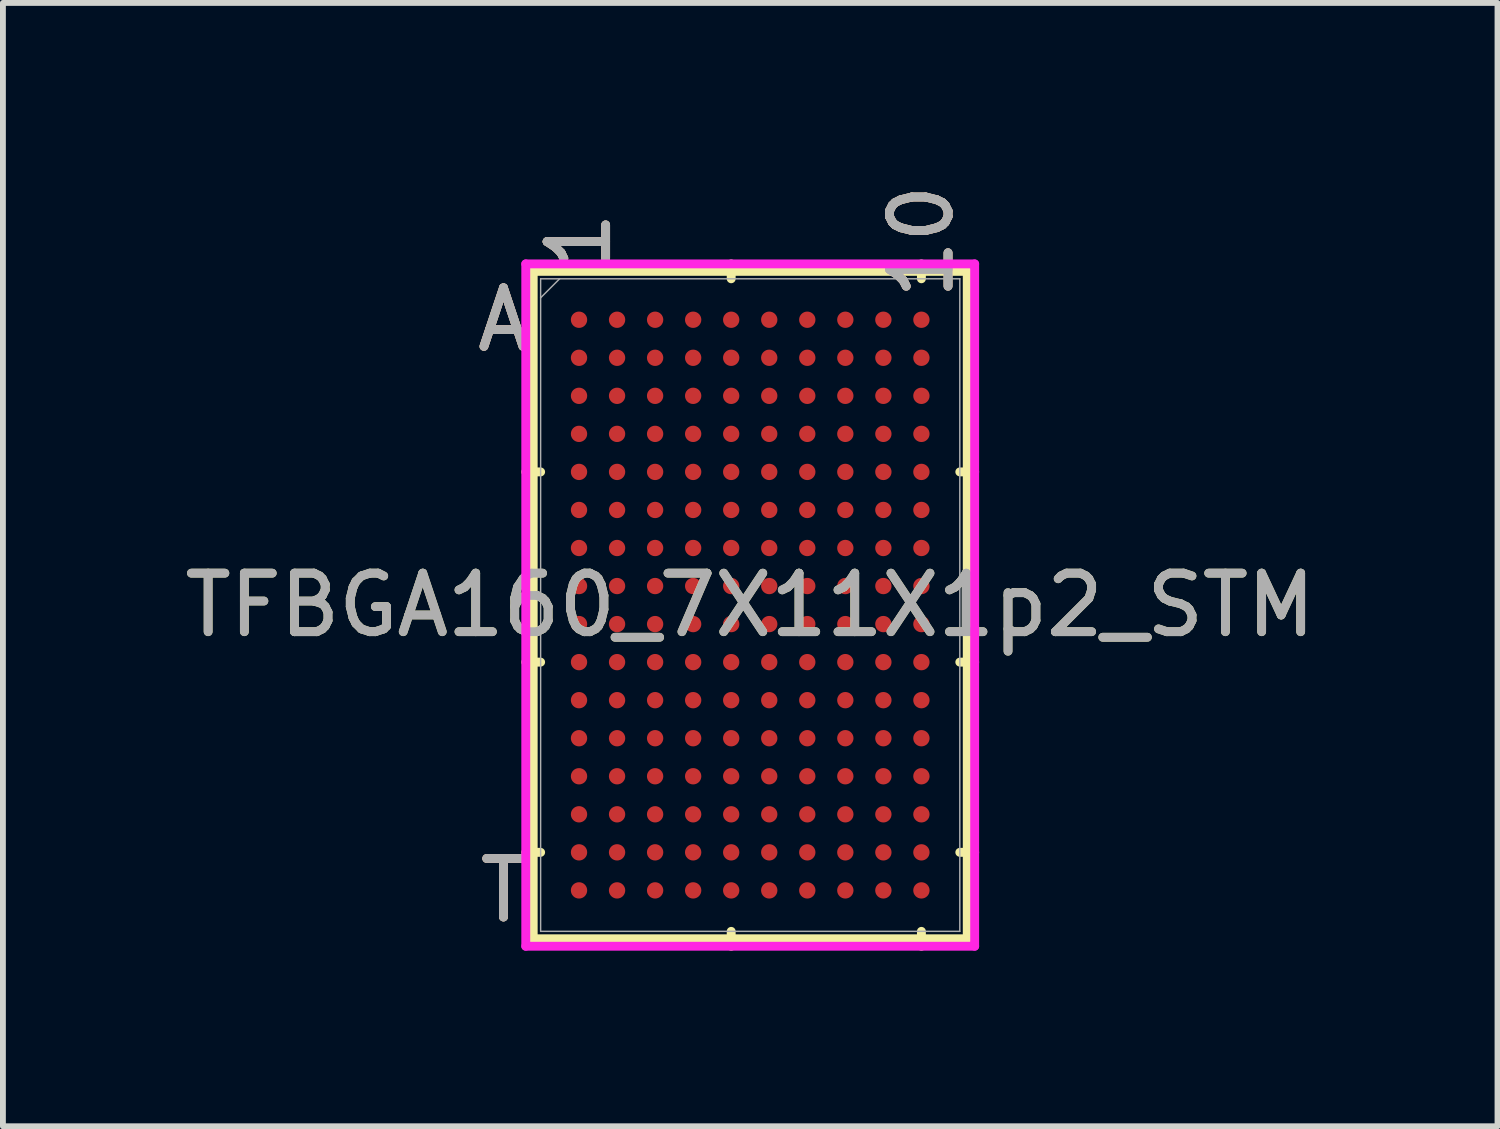
<source format=kicad_pcb>
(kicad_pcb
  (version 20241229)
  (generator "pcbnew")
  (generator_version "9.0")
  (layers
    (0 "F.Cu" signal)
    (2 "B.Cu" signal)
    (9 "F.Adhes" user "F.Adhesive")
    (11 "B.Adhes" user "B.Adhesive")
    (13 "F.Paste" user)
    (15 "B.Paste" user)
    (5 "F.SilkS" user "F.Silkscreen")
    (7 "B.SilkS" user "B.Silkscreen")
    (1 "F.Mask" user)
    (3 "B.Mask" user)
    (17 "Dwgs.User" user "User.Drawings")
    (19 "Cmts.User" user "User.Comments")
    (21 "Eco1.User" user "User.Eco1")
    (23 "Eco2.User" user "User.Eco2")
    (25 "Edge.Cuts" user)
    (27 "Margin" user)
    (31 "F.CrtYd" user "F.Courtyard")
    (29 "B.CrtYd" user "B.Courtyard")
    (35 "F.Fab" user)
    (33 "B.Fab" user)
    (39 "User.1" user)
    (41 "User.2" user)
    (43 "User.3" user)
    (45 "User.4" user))
  (footprint "TFBGA160_7X11X1p2_STM"
    (layer "F.Cu")
    (at 9.768 7.288)
    (property "Reference" "TFBGA160_7X11X1p2_STM" (at 0 0 0) (unlocked yes) (layer "F.SilkS") (effects (font (size 1 1) (thickness 0.15))))
    (attr smd)
    (fp_line (start -3.708 -5.702) (end -3.708 5.702) (stroke (width 0.152) (type solid)) (layer "F.SilkS"))
    (fp_line (start -3.708 5.702) (end 3.708 5.702) (stroke (width 0.152) (type solid)) (layer "F.SilkS"))
    (fp_line (start -3.581 -2.275) (end -3.835 -2.275) (stroke (width 0.152) (type solid)) (layer "F.SilkS"))
    (fp_line (start -3.581 0.975) (end -3.835 0.975) (stroke (width 0.152) (type solid)) (layer "F.SilkS"))
    (fp_line (start -3.581 4.225) (end -3.835 4.225) (stroke (width 0.152) (type solid)) (layer "F.SilkS"))
    (fp_line (start -0.325 -5.575) (end -0.325 -5.829) (stroke (width 0.152) (type solid)) (layer "F.SilkS"))
    (fp_line (start -0.325 5.575) (end -0.325 5.829) (stroke (width 0.152) (type solid)) (layer "F.SilkS"))
    (fp_line (start 2.925 -5.575) (end 2.925 -5.829) (stroke (width 0.152) (type solid)) (layer "F.SilkS"))
    (fp_line (start 2.925 5.575) (end 2.925 5.829) (stroke (width 0.152) (type solid)) (layer "F.SilkS"))
    (fp_line (start 3.581 -2.275) (end 3.835 -2.275) (stroke (width 0.152) (type solid)) (layer "F.SilkS"))
    (fp_line (start 3.581 0.975) (end 3.835 0.975) (stroke (width 0.152) (type solid)) (layer "F.SilkS"))
    (fp_line (start 3.581 4.225) (end 3.835 4.225) (stroke (width 0.152) (type solid)) (layer "F.SilkS"))
    (fp_line (start 3.708 -5.702) (end -3.708 -5.702) (stroke (width 0.152) (type solid)) (layer "F.SilkS"))
    (fp_line (start 3.708 5.702) (end 3.708 -5.702) (stroke (width 0.152) (type solid)) (layer "F.SilkS"))
    (fp_poly (pts (xy -3.695 -5.644) (xy 3.695 -5.644) (xy 3.695 5.644) (xy -3.695 5.644)) (stroke (width 0.1) (type solid)) (fill no) (layer "Eco2.User"))
    (fp_line (start -3.835 -5.829) (end 3.835 -5.829) (stroke (width 0.152) (type solid)) (layer "F.CrtYd"))
    (fp_line (start -3.835 5.829) (end -3.835 -5.829) (stroke (width 0.152) (type solid)) (layer "F.CrtYd"))
    (fp_line (start 3.835 -5.829) (end 3.835 5.829) (stroke (width 0.152) (type solid)) (layer "F.CrtYd"))
    (fp_line (start 3.835 5.829) (end -3.835 5.829) (stroke (width 0.152) (type solid)) (layer "F.CrtYd"))
    (fp_line (start -3.581 -5.575) (end -3.581 5.575) (stroke (width 0.025) (type solid)) (layer "F.Fab"))
    (fp_line (start -3.581 5.575) (end 3.581 5.575) (stroke (width 0.025) (type solid)) (layer "F.Fab"))
    (fp_line (start -3.256 -5.575) (end -3.581 -5.25) (stroke (width 0.025) (type solid)) (layer "F.Fab"))
    (fp_line (start 3.581 -5.575) (end -3.581 -5.575) (stroke (width 0.025) (type solid)) (layer "F.Fab"))
    (fp_line (start 3.581 5.575) (end 3.581 -5.575) (stroke (width 0.025) (type solid)) (layer "F.Fab"))
    (fp_text user "T" (at -4.216 4.875 0) (unlocked yes) (layer "F.SilkS") (effects (font (size 1 1) (thickness 0.15))))
    (fp_text user "1" (at -2.925 -6.21 90) (unlocked yes) (layer "F.SilkS") (effects (font (size 1 1) (thickness 0.15))))
    (fp_text user "A" (at -4.216 -4.875 0) (unlocked yes) (layer "F.SilkS") (effects (font (size 1 1) (thickness 0.15))))
    (fp_text user "10" (at 2.925 -6.21 90) (unlocked yes) (layer "F.SilkS") (effects (font (size 1 1) (thickness 0.15))))
    (fp_text user "1" (at -2.925 -6.21 90) (unlocked yes) (layer "B.SilkS") (effects (font (size 1 1) (thickness 0.15))))
    (fp_text user "A" (at -4.216 -4.875 0) (unlocked yes) (layer "B.SilkS") (effects (font (size 1 1) (thickness 0.15))))
    (fp_text user "T" (at -4.216 4.875 0) (unlocked yes) (layer "B.SilkS") (effects (font (size 1 1) (thickness 0.15))))
    (fp_text user "10" (at 2.925 -6.21 90) (unlocked yes) (layer "B.SilkS") (effects (font (size 1 1) (thickness 0.15))))
    (fp_text user "1" (at -2.925 -6.21 90) (unlocked yes) (layer "F.Fab") (effects (font (size 1 1) (thickness 0.15))))
    (fp_text user "T" (at -4.216 4.875 0) (unlocked yes) (layer "F.Fab") (effects (font (size 1 1) (thickness 0.15))))
    (fp_text user "10" (at 2.925 -6.21 90) (unlocked yes) (layer "F.Fab") (effects (font (size 1 1) (thickness 0.15))))
    (fp_text user "A" (at -4.216 -4.875 0) (unlocked yes) (layer "F.Fab") (effects (font (size 1 1) (thickness 0.15))))
    (fp_text user "${REFERENCE}" (at 0 0 0) (unlocked yes) (layer "F.Fab") (effects (font (size 1 1) (thickness 0.15))))
    (pad "A1" smd circle (at -2.925 -4.875) (size 0.279 0.279) (layers "F.Cu" "F.Mask" "F.Paste"))
    (pad "A2" smd circle (at -2.275 -4.875) (size 0.279 0.279) (layers "F.Cu" "F.Mask" "F.Paste"))
    (pad "A3" smd circle (at -1.625 -4.875) (size 0.279 0.279) (layers "F.Cu" "F.Mask" "F.Paste"))
    (pad "A4" smd circle (at -0.975 -4.875) (size 0.279 0.279) (layers "F.Cu" "F.Mask" "F.Paste"))
    (pad "A5" smd circle (at -0.325 -4.875) (size 0.279 0.279) (layers "F.Cu" "F.Mask" "F.Paste"))
    (pad "A6" smd circle (at 0.325 -4.875) (size 0.279 0.279) (layers "F.Cu" "F.Mask" "F.Paste"))
    (pad "A7" smd circle (at 0.975 -4.875) (size 0.279 0.279) (layers "F.Cu" "F.Mask" "F.Paste"))
    (pad "A8" smd circle (at 1.625 -4.875) (size 0.279 0.279) (layers "F.Cu" "F.Mask" "F.Paste"))
    (pad "A9" smd circle (at 2.275 -4.875) (size 0.279 0.279) (layers "F.Cu" "F.Mask" "F.Paste"))
    (pad "A10" smd circle (at 2.925 -4.875) (size 0.279 0.279) (layers "F.Cu" "F.Mask" "F.Paste"))
    (pad "B1" smd circle (at -2.925 -4.225) (size 0.279 0.279) (layers "F.Cu" "F.Mask" "F.Paste"))
    (pad "B2" smd circle (at -2.275 -4.225) (size 0.279 0.279) (layers "F.Cu" "F.Mask" "F.Paste"))
    (pad "B3" smd circle (at -1.625 -4.225) (size 0.279 0.279) (layers "F.Cu" "F.Mask" "F.Paste"))
    (pad "B4" smd circle (at -0.975 -4.225) (size 0.279 0.279) (layers "F.Cu" "F.Mask" "F.Paste"))
    (pad "B5" smd circle (at -0.325 -4.225) (size 0.279 0.279) (layers "F.Cu" "F.Mask" "F.Paste"))
    (pad "B6" smd circle (at 0.325 -4.225) (size 0.279 0.279) (layers "F.Cu" "F.Mask" "F.Paste"))
    (pad "B7" smd circle (at 0.975 -4.225) (size 0.279 0.279) (layers "F.Cu" "F.Mask" "F.Paste"))
    (pad "B8" smd circle (at 1.625 -4.225) (size 0.279 0.279) (layers "F.Cu" "F.Mask" "F.Paste"))
    (pad "B9" smd circle (at 2.275 -4.225) (size 0.279 0.279) (layers "F.Cu" "F.Mask" "F.Paste"))
    (pad "B10" smd circle (at 2.925 -4.225) (size 0.279 0.279) (layers "F.Cu" "F.Mask" "F.Paste"))
    (pad "C1" smd circle (at -2.925 -3.575) (size 0.279 0.279) (layers "F.Cu" "F.Mask" "F.Paste"))
    (pad "C2" smd circle (at -2.275 -3.575) (size 0.279 0.279) (layers "F.Cu" "F.Mask" "F.Paste"))
    (pad "C3" smd circle (at -1.625 -3.575) (size 0.279 0.279) (layers "F.Cu" "F.Mask" "F.Paste"))
    (pad "C4" smd circle (at -0.975 -3.575) (size 0.279 0.279) (layers "F.Cu" "F.Mask" "F.Paste"))
    (pad "C5" smd circle (at -0.325 -3.575) (size 0.279 0.279) (layers "F.Cu" "F.Mask" "F.Paste"))
    (pad "C6" smd circle (at 0.325 -3.575) (size 0.279 0.279) (layers "F.Cu" "F.Mask" "F.Paste"))
    (pad "C7" smd circle (at 0.975 -3.575) (size 0.279 0.279) (layers "F.Cu" "F.Mask" "F.Paste"))
    (pad "C8" smd circle (at 1.625 -3.575) (size 0.279 0.279) (layers "F.Cu" "F.Mask" "F.Paste"))
    (pad "C9" smd circle (at 2.275 -3.575) (size 0.279 0.279) (layers "F.Cu" "F.Mask" "F.Paste"))
    (pad "C10" smd circle (at 2.925 -3.575) (size 0.279 0.279) (layers "F.Cu" "F.Mask" "F.Paste"))
    (pad "D1" smd circle (at -2.925 -2.925) (size 0.279 0.279) (layers "F.Cu" "F.Mask" "F.Paste"))
    (pad "D2" smd circle (at -2.275 -2.925) (size 0.279 0.279) (layers "F.Cu" "F.Mask" "F.Paste"))
    (pad "D3" smd circle (at -1.625 -2.925) (size 0.279 0.279) (layers "F.Cu" "F.Mask" "F.Paste"))
    (pad "D4" smd circle (at -0.975 -2.925) (size 0.279 0.279) (layers "F.Cu" "F.Mask" "F.Paste"))
    (pad "D5" smd circle (at -0.325 -2.925) (size 0.279 0.279) (layers "F.Cu" "F.Mask" "F.Paste"))
    (pad "D6" smd circle (at 0.325 -2.925) (size 0.279 0.279) (layers "F.Cu" "F.Mask" "F.Paste"))
    (pad "D7" smd circle (at 0.975 -2.925) (size 0.279 0.279) (layers "F.Cu" "F.Mask" "F.Paste"))
    (pad "D8" smd circle (at 1.625 -2.925) (size 0.279 0.279) (layers "F.Cu" "F.Mask" "F.Paste"))
    (pad "D9" smd circle (at 2.275 -2.925) (size 0.279 0.279) (layers "F.Cu" "F.Mask" "F.Paste"))
    (pad "D10" smd circle (at 2.925 -2.925) (size 0.279 0.279) (layers "F.Cu" "F.Mask" "F.Paste"))
    (pad "E1" smd circle (at -2.925 -2.275) (size 0.279 0.279) (layers "F.Cu" "F.Mask" "F.Paste"))
    (pad "E2" smd circle (at -2.275 -2.275) (size 0.279 0.279) (layers "F.Cu" "F.Mask" "F.Paste"))
    (pad "E3" smd circle (at -1.625 -2.275) (size 0.279 0.279) (layers "F.Cu" "F.Mask" "F.Paste"))
    (pad "E4" smd circle (at -0.975 -2.275) (size 0.279 0.279) (layers "F.Cu" "F.Mask" "F.Paste"))
    (pad "E5" smd circle (at -0.325 -2.275) (size 0.279 0.279) (layers "F.Cu" "F.Mask" "F.Paste"))
    (pad "E6" smd circle (at 0.325 -2.275) (size 0.279 0.279) (layers "F.Cu" "F.Mask" "F.Paste"))
    (pad "E7" smd circle (at 0.975 -2.275) (size 0.279 0.279) (layers "F.Cu" "F.Mask" "F.Paste"))
    (pad "E8" smd circle (at 1.625 -2.275) (size 0.279 0.279) (layers "F.Cu" "F.Mask" "F.Paste"))
    (pad "E9" smd circle (at 2.275 -2.275) (size 0.279 0.279) (layers "F.Cu" "F.Mask" "F.Paste"))
    (pad "E10" smd circle (at 2.925 -2.275) (size 0.279 0.279) (layers "F.Cu" "F.Mask" "F.Paste"))
    (pad "F1" smd circle (at -2.925 -1.625) (size 0.279 0.279) (layers "F.Cu" "F.Mask" "F.Paste"))
    (pad "F2" smd circle (at -2.275 -1.625) (size 0.279 0.279) (layers "F.Cu" "F.Mask" "F.Paste"))
    (pad "F3" smd circle (at -1.625 -1.625) (size 0.279 0.279) (layers "F.Cu" "F.Mask" "F.Paste"))
    (pad "F4" smd circle (at -0.975 -1.625) (size 0.279 0.279) (layers "F.Cu" "F.Mask" "F.Paste"))
    (pad "F5" smd circle (at -0.325 -1.625) (size 0.279 0.279) (layers "F.Cu" "F.Mask" "F.Paste"))
    (pad "F6" smd circle (at 0.325 -1.625) (size 0.279 0.279) (layers "F.Cu" "F.Mask" "F.Paste"))
    (pad "F7" smd circle (at 0.975 -1.625) (size 0.279 0.279) (layers "F.Cu" "F.Mask" "F.Paste"))
    (pad "F8" smd circle (at 1.625 -1.625) (size 0.279 0.279) (layers "F.Cu" "F.Mask" "F.Paste"))
    (pad "F9" smd circle (at 2.275 -1.625) (size 0.279 0.279) (layers "F.Cu" "F.Mask" "F.Paste"))
    (pad "F10" smd circle (at 2.925 -1.625) (size 0.279 0.279) (layers "F.Cu" "F.Mask" "F.Paste"))
    (pad "G1" smd circle (at -2.925 -0.975) (size 0.279 0.279) (layers "F.Cu" "F.Mask" "F.Paste"))
    (pad "G2" smd circle (at -2.275 -0.975) (size 0.279 0.279) (layers "F.Cu" "F.Mask" "F.Paste"))
    (pad "G3" smd circle (at -1.625 -0.975) (size 0.279 0.279) (layers "F.Cu" "F.Mask" "F.Paste"))
    (pad "G4" smd circle (at -0.975 -0.975) (size 0.279 0.279) (layers "F.Cu" "F.Mask" "F.Paste"))
    (pad "G5" smd circle (at -0.325 -0.975) (size 0.279 0.279) (layers "F.Cu" "F.Mask" "F.Paste"))
    (pad "G6" smd circle (at 0.325 -0.975) (size 0.279 0.279) (layers "F.Cu" "F.Mask" "F.Paste"))
    (pad "G7" smd circle (at 0.975 -0.975) (size 0.279 0.279) (layers "F.Cu" "F.Mask" "F.Paste"))
    (pad "G8" smd circle (at 1.625 -0.975) (size 0.279 0.279) (layers "F.Cu" "F.Mask" "F.Paste"))
    (pad "G9" smd circle (at 2.275 -0.975) (size 0.279 0.279) (layers "F.Cu" "F.Mask" "F.Paste"))
    (pad "G10" smd circle (at 2.925 -0.975) (size 0.279 0.279) (layers "F.Cu" "F.Mask" "F.Paste"))
    (pad "H1" smd circle (at -2.925 -0.325) (size 0.279 0.279) (layers "F.Cu" "F.Mask" "F.Paste"))
    (pad "H2" smd circle (at -2.275 -0.325) (size 0.279 0.279) (layers "F.Cu" "F.Mask" "F.Paste"))
    (pad "H3" smd circle (at -1.625 -0.325) (size 0.279 0.279) (layers "F.Cu" "F.Mask" "F.Paste"))
    (pad "H4" smd circle (at -0.975 -0.325) (size 0.279 0.279) (layers "F.Cu" "F.Mask" "F.Paste"))
    (pad "H5" smd circle (at -0.325 -0.325) (size 0.279 0.279) (layers "F.Cu" "F.Mask" "F.Paste"))
    (pad "H6" smd circle (at 0.325 -0.325) (size 0.279 0.279) (layers "F.Cu" "F.Mask" "F.Paste"))
    (pad "H7" smd circle (at 0.975 -0.325) (size 0.279 0.279) (layers "F.Cu" "F.Mask" "F.Paste"))
    (pad "H8" smd circle (at 1.625 -0.325) (size 0.279 0.279) (layers "F.Cu" "F.Mask" "F.Paste"))
    (pad "H9" smd circle (at 2.275 -0.325) (size 0.279 0.279) (layers "F.Cu" "F.Mask" "F.Paste"))
    (pad "H10" smd circle (at 2.925 -0.325) (size 0.279 0.279) (layers "F.Cu" "F.Mask" "F.Paste"))
    (pad "J1" smd circle (at -2.925 0.325) (size 0.279 0.279) (layers "F.Cu" "F.Mask" "F.Paste"))
    (pad "J2" smd circle (at -2.275 0.325) (size 0.279 0.279) (layers "F.Cu" "F.Mask" "F.Paste"))
    (pad "J3" smd circle (at -1.625 0.325) (size 0.279 0.279) (layers "F.Cu" "F.Mask" "F.Paste"))
    (pad "J4" smd circle (at -0.975 0.325) (size 0.279 0.279) (layers "F.Cu" "F.Mask" "F.Paste"))
    (pad "J5" smd circle (at -0.325 0.325) (size 0.279 0.279) (layers "F.Cu" "F.Mask" "F.Paste"))
    (pad "J6" smd circle (at 0.325 0.325) (size 0.279 0.279) (layers "F.Cu" "F.Mask" "F.Paste"))
    (pad "J7" smd circle (at 0.975 0.325) (size 0.279 0.279) (layers "F.Cu" "F.Mask" "F.Paste"))
    (pad "J8" smd circle (at 1.625 0.325) (size 0.279 0.279) (layers "F.Cu" "F.Mask" "F.Paste"))
    (pad "J9" smd circle (at 2.275 0.325) (size 0.279 0.279) (layers "F.Cu" "F.Mask" "F.Paste"))
    (pad "J10" smd circle (at 2.925 0.325) (size 0.279 0.279) (layers "F.Cu" "F.Mask" "F.Paste"))
    (pad "K1" smd circle (at -2.925 0.975) (size 0.279 0.279) (layers "F.Cu" "F.Mask" "F.Paste"))
    (pad "K2" smd circle (at -2.275 0.975) (size 0.279 0.279) (layers "F.Cu" "F.Mask" "F.Paste"))
    (pad "K3" smd circle (at -1.625 0.975) (size 0.279 0.279) (layers "F.Cu" "F.Mask" "F.Paste"))
    (pad "K4" smd circle (at -0.975 0.975) (size 0.279 0.279) (layers "F.Cu" "F.Mask" "F.Paste"))
    (pad "K5" smd circle (at -0.325 0.975) (size 0.279 0.279) (layers "F.Cu" "F.Mask" "F.Paste"))
    (pad "K6" smd circle (at 0.325 0.975) (size 0.279 0.279) (layers "F.Cu" "F.Mask" "F.Paste"))
    (pad "K7" smd circle (at 0.975 0.975) (size 0.279 0.279) (layers "F.Cu" "F.Mask" "F.Paste"))
    (pad "K8" smd circle (at 1.625 0.975) (size 0.279 0.279) (layers "F.Cu" "F.Mask" "F.Paste"))
    (pad "K9" smd circle (at 2.275 0.975) (size 0.279 0.279) (layers "F.Cu" "F.Mask" "F.Paste"))
    (pad "K10" smd circle (at 2.925 0.975) (size 0.279 0.279) (layers "F.Cu" "F.Mask" "F.Paste"))
    (pad "L1" smd circle (at -2.925 1.625) (size 0.279 0.279) (layers "F.Cu" "F.Mask" "F.Paste"))
    (pad "L2" smd circle (at -2.275 1.625) (size 0.279 0.279) (layers "F.Cu" "F.Mask" "F.Paste"))
    (pad "L3" smd circle (at -1.625 1.625) (size 0.279 0.279) (layers "F.Cu" "F.Mask" "F.Paste"))
    (pad "L4" smd circle (at -0.975 1.625) (size 0.279 0.279) (layers "F.Cu" "F.Mask" "F.Paste"))
    (pad "L5" smd circle (at -0.325 1.625) (size 0.279 0.279) (layers "F.Cu" "F.Mask" "F.Paste"))
    (pad "L6" smd circle (at 0.325 1.625) (size 0.279 0.279) (layers "F.Cu" "F.Mask" "F.Paste"))
    (pad "L7" smd circle (at 0.975 1.625) (size 0.279 0.279) (layers "F.Cu" "F.Mask" "F.Paste"))
    (pad "L8" smd circle (at 1.625 1.625) (size 0.279 0.279) (layers "F.Cu" "F.Mask" "F.Paste"))
    (pad "L9" smd circle (at 2.275 1.625) (size 0.279 0.279) (layers "F.Cu" "F.Mask" "F.Paste"))
    (pad "L10" smd circle (at 2.925 1.625) (size 0.279 0.279) (layers "F.Cu" "F.Mask" "F.Paste"))
    (pad "M1" smd circle (at -2.925 2.275) (size 0.279 0.279) (layers "F.Cu" "F.Mask" "F.Paste"))
    (pad "M2" smd circle (at -2.275 2.275) (size 0.279 0.279) (layers "F.Cu" "F.Mask" "F.Paste"))
    (pad "M3" smd circle (at -1.625 2.275) (size 0.279 0.279) (layers "F.Cu" "F.Mask" "F.Paste"))
    (pad "M4" smd circle (at -0.975 2.275) (size 0.279 0.279) (layers "F.Cu" "F.Mask" "F.Paste"))
    (pad "M5" smd circle (at -0.325 2.275) (size 0.279 0.279) (layers "F.Cu" "F.Mask" "F.Paste"))
    (pad "M6" smd circle (at 0.325 2.275) (size 0.279 0.279) (layers "F.Cu" "F.Mask" "F.Paste"))
    (pad "M7" smd circle (at 0.975 2.275) (size 0.279 0.279) (layers "F.Cu" "F.Mask" "F.Paste"))
    (pad "M8" smd circle (at 1.625 2.275) (size 0.279 0.279) (layers "F.Cu" "F.Mask" "F.Paste"))
    (pad "M9" smd circle (at 2.275 2.275) (size 0.279 0.279) (layers "F.Cu" "F.Mask" "F.Paste"))
    (pad "M10" smd circle (at 2.925 2.275) (size 0.279 0.279) (layers "F.Cu" "F.Mask" "F.Paste"))
    (pad "N1" smd circle (at -2.925 2.925) (size 0.279 0.279) (layers "F.Cu" "F.Mask" "F.Paste"))
    (pad "N2" smd circle (at -2.275 2.925) (size 0.279 0.279) (layers "F.Cu" "F.Mask" "F.Paste"))
    (pad "N3" smd circle (at -1.625 2.925) (size 0.279 0.279) (layers "F.Cu" "F.Mask" "F.Paste"))
    (pad "N4" smd circle (at -0.975 2.925) (size 0.279 0.279) (layers "F.Cu" "F.Mask" "F.Paste"))
    (pad "N5" smd circle (at -0.325 2.925) (size 0.279 0.279) (layers "F.Cu" "F.Mask" "F.Paste"))
    (pad "N6" smd circle (at 0.325 2.925) (size 0.279 0.279) (layers "F.Cu" "F.Mask" "F.Paste"))
    (pad "N7" smd circle (at 0.975 2.925) (size 0.279 0.279) (layers "F.Cu" "F.Mask" "F.Paste"))
    (pad "N8" smd circle (at 1.625 2.925) (size 0.279 0.279) (layers "F.Cu" "F.Mask" "F.Paste"))
    (pad "N9" smd circle (at 2.275 2.925) (size 0.279 0.279) (layers "F.Cu" "F.Mask" "F.Paste"))
    (pad "N10" smd circle (at 2.925 2.925) (size 0.279 0.279) (layers "F.Cu" "F.Mask" "F.Paste"))
    (pad "P1" smd circle (at -2.925 3.575) (size 0.279 0.279) (layers "F.Cu" "F.Mask" "F.Paste"))
    (pad "P2" smd circle (at -2.275 3.575) (size 0.279 0.279) (layers "F.Cu" "F.Mask" "F.Paste"))
    (pad "P3" smd circle (at -1.625 3.575) (size 0.279 0.279) (layers "F.Cu" "F.Mask" "F.Paste"))
    (pad "P4" smd circle (at -0.975 3.575) (size 0.279 0.279) (layers "F.Cu" "F.Mask" "F.Paste"))
    (pad "P5" smd circle (at -0.325 3.575) (size 0.279 0.279) (layers "F.Cu" "F.Mask" "F.Paste"))
    (pad "P6" smd circle (at 0.325 3.575) (size 0.279 0.279) (layers "F.Cu" "F.Mask" "F.Paste"))
    (pad "P7" smd circle (at 0.975 3.575) (size 0.279 0.279) (layers "F.Cu" "F.Mask" "F.Paste"))
    (pad "P8" smd circle (at 1.625 3.575) (size 0.279 0.279) (layers "F.Cu" "F.Mask" "F.Paste"))
    (pad "P9" smd circle (at 2.275 3.575) (size 0.279 0.279) (layers "F.Cu" "F.Mask" "F.Paste"))
    (pad "P10" smd circle (at 2.925 3.575) (size 0.279 0.279) (layers "F.Cu" "F.Mask" "F.Paste"))
    (pad "R1" smd circle (at -2.925 4.225) (size 0.279 0.279) (layers "F.Cu" "F.Mask" "F.Paste"))
    (pad "R2" smd circle (at -2.275 4.225) (size 0.279 0.279) (layers "F.Cu" "F.Mask" "F.Paste"))
    (pad "R3" smd circle (at -1.625 4.225) (size 0.279 0.279) (layers "F.Cu" "F.Mask" "F.Paste"))
    (pad "R4" smd circle (at -0.975 4.225) (size 0.279 0.279) (layers "F.Cu" "F.Mask" "F.Paste"))
    (pad "R5" smd circle (at -0.325 4.225) (size 0.279 0.279) (layers "F.Cu" "F.Mask" "F.Paste"))
    (pad "R6" smd circle (at 0.325 4.225) (size 0.279 0.279) (layers "F.Cu" "F.Mask" "F.Paste"))
    (pad "R7" smd circle (at 0.975 4.225) (size 0.279 0.279) (layers "F.Cu" "F.Mask" "F.Paste"))
    (pad "R8" smd circle (at 1.625 4.225) (size 0.279 0.279) (layers "F.Cu" "F.Mask" "F.Paste"))
    (pad "R9" smd circle (at 2.275 4.225) (size 0.279 0.279) (layers "F.Cu" "F.Mask" "F.Paste"))
    (pad "R10" smd circle (at 2.925 4.225) (size 0.279 0.279) (layers "F.Cu" "F.Mask" "F.Paste"))
    (pad "T1" smd circle (at -2.925 4.875) (size 0.279 0.279) (layers "F.Cu" "F.Mask" "F.Paste"))
    (pad "T2" smd circle (at -2.275 4.875) (size 0.279 0.279) (layers "F.Cu" "F.Mask" "F.Paste"))
    (pad "T3" smd circle (at -1.625 4.875) (size 0.279 0.279) (layers "F.Cu" "F.Mask" "F.Paste"))
    (pad "T4" smd circle (at -0.975 4.875) (size 0.279 0.279) (layers "F.Cu" "F.Mask" "F.Paste"))
    (pad "T5" smd circle (at -0.325 4.875) (size 0.279 0.279) (layers "F.Cu" "F.Mask" "F.Paste"))
    (pad "T6" smd circle (at 0.325 4.875) (size 0.279 0.279) (layers "F.Cu" "F.Mask" "F.Paste"))
    (pad "T7" smd circle (at 0.975 4.875) (size 0.279 0.279) (layers "F.Cu" "F.Mask" "F.Paste"))
    (pad "T8" smd circle (at 1.625 4.875) (size 0.279 0.279) (layers "F.Cu" "F.Mask" "F.Paste"))
    (pad "T9" smd circle (at 2.275 4.875) (size 0.279 0.279) (layers "F.Cu" "F.Mask" "F.Paste"))
    (pad "T10" smd circle (at 2.925 4.875) (size 0.279 0.279) (layers "F.Cu" "F.Mask" "F.Paste")))
  (gr_rect
    (start -3 -3)
    (end 22.536 16.193)
    (stroke (width 0.1) (type default))
    (fill no)
    (layer "Edge.Cuts")))
</source>
